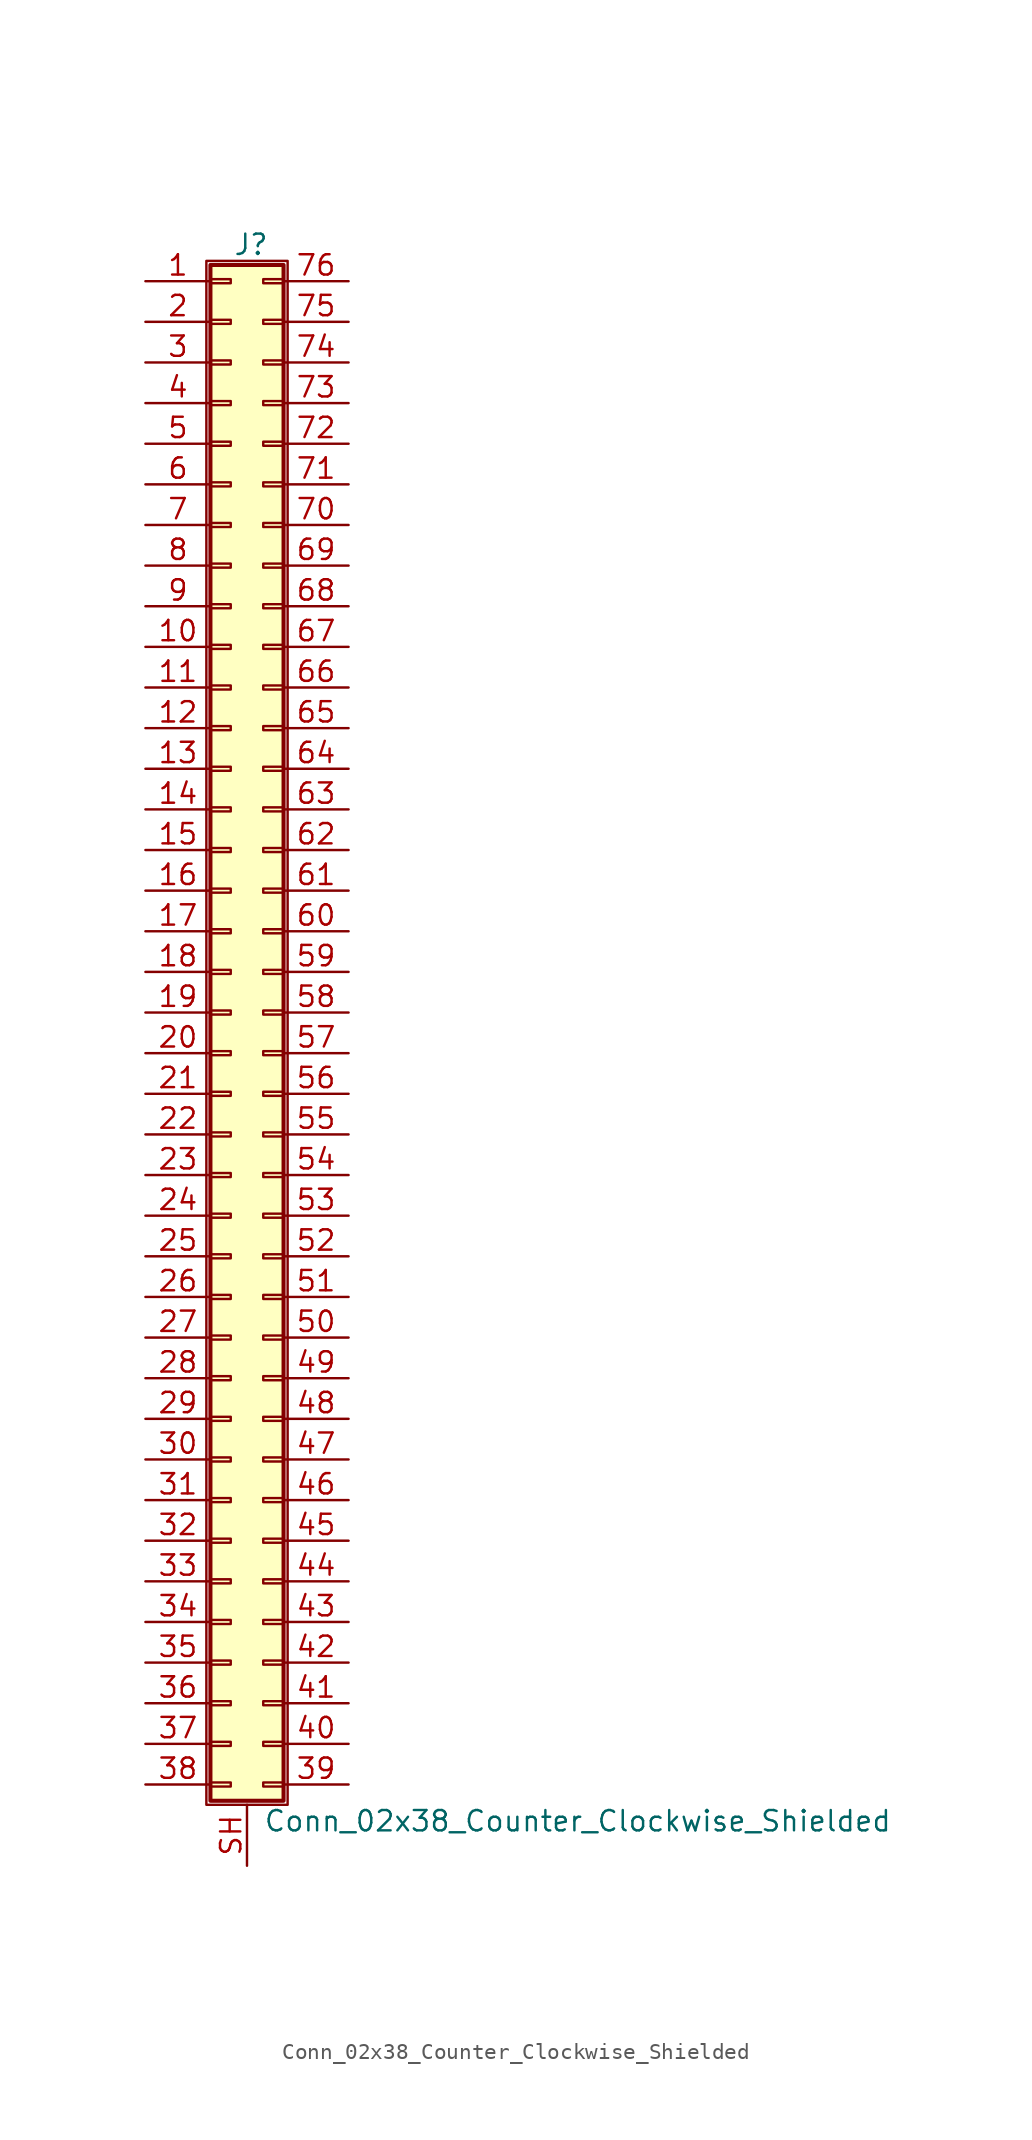
<source format=kicad_sym>
(kicad_symbol_lib
  (version 20201005)
  (generator kicad_symbol_editor)
  (symbol "Conn_02x38_Counter_Clockwise_Shielded"
    (pin_names
      (offset 1.016) hide)
    (property "Reference" "J"
      (at 1.524 48.006 0)
      (effects (font (size 1.27 1.27))))
    (property "Value" "Conn_02x38_Counter_Clockwise_Shielded"
      (at 2.286 -50.546 0)
      (effects (font (size 1.27 1.27)) (justify left)))
    (symbol "Conn_02x38_Counter_Clockwise_Shielded_1_1"
      (rectangle (start -1.27 46.99) (end 3.81 -49.53) (stroke (width 0.152)) (fill (type none)))
      (rectangle (start -1.016 -48.133) (end 0.254 -48.387) (stroke (width 0.152)) (fill (type none)))
      (rectangle (start -1.016 -45.593) (end 0.254 -45.847) (stroke (width 0.152)) (fill (type none)))
      (rectangle (start -1.016 -43.053) (end 0.254 -43.307) (stroke (width 0.152)) (fill (type none)))
      (rectangle (start -1.016 -40.513) (end 0.254 -40.767) (stroke (width 0.152)) (fill (type none)))
      (rectangle (start -1.016 -37.973) (end 0.254 -38.227) (stroke (width 0.152)) (fill (type none)))
      (rectangle (start -1.016 -35.433) (end 0.254 -35.687) (stroke (width 0.152)) (fill (type none)))
      (rectangle (start -1.016 -32.893) (end 0.254 -33.147) (stroke (width 0.152)) (fill (type none)))
      (rectangle (start -1.016 -30.353) (end 0.254 -30.607) (stroke (width 0.152)) (fill (type none)))
      (rectangle (start -1.016 -27.813) (end 0.254 -28.067) (stroke (width 0.152)) (fill (type none)))
      (rectangle (start -1.016 -25.273) (end 0.254 -25.527) (stroke (width 0.152)) (fill (type none)))
      (rectangle (start -1.016 -22.733) (end 0.254 -22.987) (stroke (width 0.152)) (fill (type none)))
      (rectangle (start -1.016 -20.193) (end 0.254 -20.447) (stroke (width 0.152)) (fill (type none)))
      (rectangle (start -1.016 -17.653) (end 0.254 -17.907) (stroke (width 0.152)) (fill (type none)))
      (rectangle (start -1.016 -15.113) (end 0.254 -15.367) (stroke (width 0.152)) (fill (type none)))
      (rectangle (start -1.016 -12.573) (end 0.254 -12.827) (stroke (width 0.152)) (fill (type none)))
      (rectangle (start -1.016 -10.033) (end 0.254 -10.287) (stroke (width 0.152)) (fill (type none)))
      (rectangle (start -1.016 -7.493) (end 0.254 -7.747) (stroke (width 0.152)) (fill (type none)))
      (rectangle (start -1.016 -4.953) (end 0.254 -5.207) (stroke (width 0.152)) (fill (type none)))
      (rectangle (start -1.016 -2.413) (end 0.254 -2.667) (stroke (width 0.152)) (fill (type none)))
      (rectangle (start -1.016 0.127) (end 0.254 -0.127) (stroke (width 0.152)) (fill (type none)))
      (rectangle (start -1.016 2.667) (end 0.254 2.413) (stroke (width 0.152)) (fill (type none)))
      (rectangle (start -1.016 5.207) (end 0.254 4.953) (stroke (width 0.152)) (fill (type none)))
      (rectangle (start -1.016 7.747) (end 0.254 7.493) (stroke (width 0.152)) (fill (type none)))
      (rectangle (start -1.016 10.287) (end 0.254 10.033) (stroke (width 0.152)) (fill (type none)))
      (rectangle (start -1.016 12.827) (end 0.254 12.573) (stroke (width 0.152)) (fill (type none)))
      (rectangle (start -1.016 15.367) (end 0.254 15.113) (stroke (width 0.152)) (fill (type none)))
      (rectangle (start -1.016 17.907) (end 0.254 17.653) (stroke (width 0.152)) (fill (type none)))
      (rectangle (start -1.016 20.447) (end 0.254 20.193) (stroke (width 0.152)) (fill (type none)))
      (rectangle (start -1.016 22.987) (end 0.254 22.733) (stroke (width 0.152)) (fill (type none)))
      (rectangle (start -1.016 25.527) (end 0.254 25.273) (stroke (width 0.152)) (fill (type none)))
      (rectangle (start -1.016 28.067) (end 0.254 27.813) (stroke (width 0.152)) (fill (type none)))
      (rectangle (start -1.016 30.607) (end 0.254 30.353) (stroke (width 0.152)) (fill (type none)))
      (rectangle (start -1.016 33.147) (end 0.254 32.893) (stroke (width 0.152)) (fill (type none)))
      (rectangle (start -1.016 35.687) (end 0.254 35.433) (stroke (width 0.152)) (fill (type none)))
      (rectangle (start -1.016 38.227) (end 0.254 37.973) (stroke (width 0.152)) (fill (type none)))
      (rectangle (start -1.016 40.767) (end 0.254 40.513) (stroke (width 0.152)) (fill (type none)))
      (rectangle (start -1.016 43.307) (end 0.254 43.053) (stroke (width 0.152)) (fill (type none)))
      (rectangle (start -1.016 45.847) (end 0.254 45.593) (stroke (width 0.152)) (fill (type none)))
      (rectangle (start -1.016 46.736) (end 3.556 -49.276) (stroke (width 0.254)) (fill (type background)))
      (rectangle (start 3.556 -48.133) (end 2.286 -48.387) (stroke (width 0.152)) (fill (type none)))
      (rectangle (start 3.556 -45.593) (end 2.286 -45.847) (stroke (width 0.152)) (fill (type none)))
      (rectangle (start 3.556 -43.053) (end 2.286 -43.307) (stroke (width 0.152)) (fill (type none)))
      (rectangle (start 3.556 -40.513) (end 2.286 -40.767) (stroke (width 0.152)) (fill (type none)))
      (rectangle (start 3.556 -37.973) (end 2.286 -38.227) (stroke (width 0.152)) (fill (type none)))
      (rectangle (start 3.556 -35.433) (end 2.286 -35.687) (stroke (width 0.152)) (fill (type none)))
      (rectangle (start 3.556 -32.893) (end 2.286 -33.147) (stroke (width 0.152)) (fill (type none)))
      (rectangle (start 3.556 -30.353) (end 2.286 -30.607) (stroke (width 0.152)) (fill (type none)))
      (rectangle (start 3.556 -27.813) (end 2.286 -28.067) (stroke (width 0.152)) (fill (type none)))
      (rectangle (start 3.556 -25.273) (end 2.286 -25.527) (stroke (width 0.152)) (fill (type none)))
      (rectangle (start 3.556 -22.733) (end 2.286 -22.987) (stroke (width 0.152)) (fill (type none)))
      (rectangle (start 3.556 -20.193) (end 2.286 -20.447) (stroke (width 0.152)) (fill (type none)))
      (rectangle (start 3.556 -17.653) (end 2.286 -17.907) (stroke (width 0.152)) (fill (type none)))
      (rectangle (start 3.556 -15.113) (end 2.286 -15.367) (stroke (width 0.152)) (fill (type none)))
      (rectangle (start 3.556 -12.573) (end 2.286 -12.827) (stroke (width 0.152)) (fill (type none)))
      (rectangle (start 3.556 -10.033) (end 2.286 -10.287) (stroke (width 0.152)) (fill (type none)))
      (rectangle (start 3.556 -7.493) (end 2.286 -7.747) (stroke (width 0.152)) (fill (type none)))
      (rectangle (start 3.556 -4.953) (end 2.286 -5.207) (stroke (width 0.152)) (fill (type none)))
      (rectangle (start 3.556 -2.413) (end 2.286 -2.667) (stroke (width 0.152)) (fill (type none)))
      (rectangle (start 3.556 0.127) (end 2.286 -0.127) (stroke (width 0.152)) (fill (type none)))
      (rectangle (start 3.556 2.667) (end 2.286 2.413) (stroke (width 0.152)) (fill (type none)))
      (rectangle (start 3.556 5.207) (end 2.286 4.953) (stroke (width 0.152)) (fill (type none)))
      (rectangle (start 3.556 7.747) (end 2.286 7.493) (stroke (width 0.152)) (fill (type none)))
      (rectangle (start 3.556 10.287) (end 2.286 10.033) (stroke (width 0.152)) (fill (type none)))
      (rectangle (start 3.556 12.827) (end 2.286 12.573) (stroke (width 0.152)) (fill (type none)))
      (rectangle (start 3.556 15.367) (end 2.286 15.113) (stroke (width 0.152)) (fill (type none)))
      (rectangle (start 3.556 17.907) (end 2.286 17.653) (stroke (width 0.152)) (fill (type none)))
      (rectangle (start 3.556 20.447) (end 2.286 20.193) (stroke (width 0.152)) (fill (type none)))
      (rectangle (start 3.556 22.987) (end 2.286 22.733) (stroke (width 0.152)) (fill (type none)))
      (rectangle (start 3.556 25.527) (end 2.286 25.273) (stroke (width 0.152)) (fill (type none)))
      (rectangle (start 3.556 28.067) (end 2.286 27.813) (stroke (width 0.152)) (fill (type none)))
      (rectangle (start 3.556 30.607) (end 2.286 30.353) (stroke (width 0.152)) (fill (type none)))
      (rectangle (start 3.556 33.147) (end 2.286 32.893) (stroke (width 0.152)) (fill (type none)))
      (rectangle (start 3.556 35.687) (end 2.286 35.433) (stroke (width 0.152)) (fill (type none)))
      (rectangle (start 3.556 38.227) (end 2.286 37.973) (stroke (width 0.152)) (fill (type none)))
      (rectangle (start 3.556 40.767) (end 2.286 40.513) (stroke (width 0.152)) (fill (type none)))
      (rectangle (start 3.556 43.307) (end 2.286 43.053) (stroke (width 0.152)) (fill (type none)))
      (rectangle (start 3.556 45.847) (end 2.286 45.593) (stroke (width 0.152)) (fill (type none)))
      (pin passive line (at -5.08 45.72 0) (length 4.064) (name "Pin_1" (effects (font (size 1.27 1.27)))) (number "1" (effects (font (size 1.27 1.27)))))
      (pin passive line (at -5.08 22.86 0) (length 4.064) (name "Pin_10" (effects (font (size 1.27 1.27)))) (number "10" (effects (font (size 1.27 1.27)))))
      (pin passive line (at -5.08 20.32 0) (length 4.064) (name "Pin_11" (effects (font (size 1.27 1.27)))) (number "11" (effects (font (size 1.27 1.27)))))
      (pin passive line (at -5.08 17.78 0) (length 4.064) (name "Pin_12" (effects (font (size 1.27 1.27)))) (number "12" (effects (font (size 1.27 1.27)))))
      (pin passive line (at -5.08 15.24 0) (length 4.064) (name "Pin_13" (effects (font (size 1.27 1.27)))) (number "13" (effects (font (size 1.27 1.27)))))
      (pin passive line (at -5.08 12.7 0) (length 4.064) (name "Pin_14" (effects (font (size 1.27 1.27)))) (number "14" (effects (font (size 1.27 1.27)))))
      (pin passive line (at -5.08 10.16 0) (length 4.064) (name "Pin_15" (effects (font (size 1.27 1.27)))) (number "15" (effects (font (size 1.27 1.27)))))
      (pin passive line (at -5.08 7.62 0) (length 4.064) (name "Pin_16" (effects (font (size 1.27 1.27)))) (number "16" (effects (font (size 1.27 1.27)))))
      (pin passive line (at -5.08 5.08 0) (length 4.064) (name "Pin_17" (effects (font (size 1.27 1.27)))) (number "17" (effects (font (size 1.27 1.27)))))
      (pin passive line (at -5.08 2.54 0) (length 4.064) (name "Pin_18" (effects (font (size 1.27 1.27)))) (number "18" (effects (font (size 1.27 1.27)))))
      (pin passive line (at -5.08 0 0) (length 4.064) (name "Pin_19" (effects (font (size 1.27 1.27)))) (number "19" (effects (font (size 1.27 1.27)))))
      (pin passive line (at -5.08 43.18 0) (length 4.064) (name "Pin_2" (effects (font (size 1.27 1.27)))) (number "2" (effects (font (size 1.27 1.27)))))
      (pin passive line (at -5.08 -2.54 0) (length 4.064) (name "Pin_20" (effects (font (size 1.27 1.27)))) (number "20" (effects (font (size 1.27 1.27)))))
      (pin passive line (at -5.08 -5.08 0) (length 4.064) (name "Pin_21" (effects (font (size 1.27 1.27)))) (number "21" (effects (font (size 1.27 1.27)))))
      (pin passive line (at -5.08 -7.62 0) (length 4.064) (name "Pin_22" (effects (font (size 1.27 1.27)))) (number "22" (effects (font (size 1.27 1.27)))))
      (pin passive line (at -5.08 -10.16 0) (length 4.064) (name "Pin_23" (effects (font (size 1.27 1.27)))) (number "23" (effects (font (size 1.27 1.27)))))
      (pin passive line (at -5.08 -12.7 0) (length 4.064) (name "Pin_24" (effects (font (size 1.27 1.27)))) (number "24" (effects (font (size 1.27 1.27)))))
      (pin passive line (at -5.08 -15.24 0) (length 4.064) (name "Pin_25" (effects (font (size 1.27 1.27)))) (number "25" (effects (font (size 1.27 1.27)))))
      (pin passive line (at -5.08 -17.78 0) (length 4.064) (name "Pin_26" (effects (font (size 1.27 1.27)))) (number "26" (effects (font (size 1.27 1.27)))))
      (pin passive line (at -5.08 -20.32 0) (length 4.064) (name "Pin_27" (effects (font (size 1.27 1.27)))) (number "27" (effects (font (size 1.27 1.27)))))
      (pin passive line (at -5.08 -22.86 0) (length 4.064) (name "Pin_28" (effects (font (size 1.27 1.27)))) (number "28" (effects (font (size 1.27 1.27)))))
      (pin passive line (at -5.08 -25.4 0) (length 4.064) (name "Pin_29" (effects (font (size 1.27 1.27)))) (number "29" (effects (font (size 1.27 1.27)))))
      (pin passive line (at -5.08 40.64 0) (length 4.064) (name "Pin_3" (effects (font (size 1.27 1.27)))) (number "3" (effects (font (size 1.27 1.27)))))
      (pin passive line (at -5.08 -27.94 0) (length 4.064) (name "Pin_30" (effects (font (size 1.27 1.27)))) (number "30" (effects (font (size 1.27 1.27)))))
      (pin passive line (at -5.08 -30.48 0) (length 4.064) (name "Pin_31" (effects (font (size 1.27 1.27)))) (number "31" (effects (font (size 1.27 1.27)))))
      (pin passive line (at -5.08 -33.02 0) (length 4.064) (name "Pin_32" (effects (font (size 1.27 1.27)))) (number "32" (effects (font (size 1.27 1.27)))))
      (pin passive line (at -5.08 -35.56 0) (length 4.064) (name "Pin_33" (effects (font (size 1.27 1.27)))) (number "33" (effects (font (size 1.27 1.27)))))
      (pin passive line (at -5.08 -38.1 0) (length 4.064) (name "Pin_34" (effects (font (size 1.27 1.27)))) (number "34" (effects (font (size 1.27 1.27)))))
      (pin passive line (at -5.08 -40.64 0) (length 4.064) (name "Pin_35" (effects (font (size 1.27 1.27)))) (number "35" (effects (font (size 1.27 1.27)))))
      (pin passive line (at -5.08 -43.18 0) (length 4.064) (name "Pin_36" (effects (font (size 1.27 1.27)))) (number "36" (effects (font (size 1.27 1.27)))))
      (pin passive line (at -5.08 -45.72 0) (length 4.064) (name "Pin_37" (effects (font (size 1.27 1.27)))) (number "37" (effects (font (size 1.27 1.27)))))
      (pin passive line (at -5.08 -48.26 0) (length 4.064) (name "Pin_38" (effects (font (size 1.27 1.27)))) (number "38" (effects (font (size 1.27 1.27)))))
      (pin passive line (at 7.62 -48.26 180) (length 4.064) (name "Pin_39" (effects (font (size 1.27 1.27)))) (number "39" (effects (font (size 1.27 1.27)))))
      (pin passive line (at -5.08 38.1 0) (length 4.064) (name "Pin_4" (effects (font (size 1.27 1.27)))) (number "4" (effects (font (size 1.27 1.27)))))
      (pin passive line (at 7.62 -45.72 180) (length 4.064) (name "Pin_40" (effects (font (size 1.27 1.27)))) (number "40" (effects (font (size 1.27 1.27)))))
      (pin passive line (at 7.62 -43.18 180) (length 4.064) (name "Pin_41" (effects (font (size 1.27 1.27)))) (number "41" (effects (font (size 1.27 1.27)))))
      (pin passive line (at 7.62 -40.64 180) (length 4.064) (name "Pin_42" (effects (font (size 1.27 1.27)))) (number "42" (effects (font (size 1.27 1.27)))))
      (pin passive line (at 7.62 -38.1 180) (length 4.064) (name "Pin_43" (effects (font (size 1.27 1.27)))) (number "43" (effects (font (size 1.27 1.27)))))
      (pin passive line (at 7.62 -35.56 180) (length 4.064) (name "Pin_44" (effects (font (size 1.27 1.27)))) (number "44" (effects (font (size 1.27 1.27)))))
      (pin passive line (at 7.62 -33.02 180) (length 4.064) (name "Pin_45" (effects (font (size 1.27 1.27)))) (number "45" (effects (font (size 1.27 1.27)))))
      (pin passive line (at 7.62 -30.48 180) (length 4.064) (name "Pin_46" (effects (font (size 1.27 1.27)))) (number "46" (effects (font (size 1.27 1.27)))))
      (pin passive line (at 7.62 -27.94 180) (length 4.064) (name "Pin_47" (effects (font (size 1.27 1.27)))) (number "47" (effects (font (size 1.27 1.27)))))
      (pin passive line (at 7.62 -25.4 180) (length 4.064) (name "Pin_48" (effects (font (size 1.27 1.27)))) (number "48" (effects (font (size 1.27 1.27)))))
      (pin passive line (at 7.62 -22.86 180) (length 4.064) (name "Pin_49" (effects (font (size 1.27 1.27)))) (number "49" (effects (font (size 1.27 1.27)))))
      (pin passive line (at -5.08 35.56 0) (length 4.064) (name "Pin_5" (effects (font (size 1.27 1.27)))) (number "5" (effects (font (size 1.27 1.27)))))
      (pin passive line (at 7.62 -20.32 180) (length 4.064) (name "Pin_50" (effects (font (size 1.27 1.27)))) (number "50" (effects (font (size 1.27 1.27)))))
      (pin passive line (at 7.62 -17.78 180) (length 4.064) (name "Pin_51" (effects (font (size 1.27 1.27)))) (number "51" (effects (font (size 1.27 1.27)))))
      (pin passive line (at 7.62 -15.24 180) (length 4.064) (name "Pin_52" (effects (font (size 1.27 1.27)))) (number "52" (effects (font (size 1.27 1.27)))))
      (pin passive line (at 7.62 -12.7 180) (length 4.064) (name "Pin_53" (effects (font (size 1.27 1.27)))) (number "53" (effects (font (size 1.27 1.27)))))
      (pin passive line (at 7.62 -10.16 180) (length 4.064) (name "Pin_54" (effects (font (size 1.27 1.27)))) (number "54" (effects (font (size 1.27 1.27)))))
      (pin passive line (at 7.62 -7.62 180) (length 4.064) (name "Pin_55" (effects (font (size 1.27 1.27)))) (number "55" (effects (font (size 1.27 1.27)))))
      (pin passive line (at 7.62 -5.08 180) (length 4.064) (name "Pin_56" (effects (font (size 1.27 1.27)))) (number "56" (effects (font (size 1.27 1.27)))))
      (pin passive line (at 7.62 -2.54 180) (length 4.064) (name "Pin_57" (effects (font (size 1.27 1.27)))) (number "57" (effects (font (size 1.27 1.27)))))
      (pin passive line (at 7.62 0 180) (length 4.064) (name "Pin_58" (effects (font (size 1.27 1.27)))) (number "58" (effects (font (size 1.27 1.27)))))
      (pin passive line (at 7.62 2.54 180) (length 4.064) (name "Pin_59" (effects (font (size 1.27 1.27)))) (number "59" (effects (font (size 1.27 1.27)))))
      (pin passive line (at -5.08 33.02 0) (length 4.064) (name "Pin_6" (effects (font (size 1.27 1.27)))) (number "6" (effects (font (size 1.27 1.27)))))
      (pin passive line (at 7.62 5.08 180) (length 4.064) (name "Pin_60" (effects (font (size 1.27 1.27)))) (number "60" (effects (font (size 1.27 1.27)))))
      (pin passive line (at 7.62 7.62 180) (length 4.064) (name "Pin_61" (effects (font (size 1.27 1.27)))) (number "61" (effects (font (size 1.27 1.27)))))
      (pin passive line (at 7.62 10.16 180) (length 4.064) (name "Pin_62" (effects (font (size 1.27 1.27)))) (number "62" (effects (font (size 1.27 1.27)))))
      (pin passive line (at 7.62 12.7 180) (length 4.064) (name "Pin_63" (effects (font (size 1.27 1.27)))) (number "63" (effects (font (size 1.27 1.27)))))
      (pin passive line (at 7.62 15.24 180) (length 4.064) (name "Pin_64" (effects (font (size 1.27 1.27)))) (number "64" (effects (font (size 1.27 1.27)))))
      (pin passive line (at 7.62 17.78 180) (length 4.064) (name "Pin_65" (effects (font (size 1.27 1.27)))) (number "65" (effects (font (size 1.27 1.27)))))
      (pin passive line (at 7.62 20.32 180) (length 4.064) (name "Pin_66" (effects (font (size 1.27 1.27)))) (number "66" (effects (font (size 1.27 1.27)))))
      (pin passive line (at 7.62 22.86 180) (length 4.064) (name "Pin_67" (effects (font (size 1.27 1.27)))) (number "67" (effects (font (size 1.27 1.27)))))
      (pin passive line (at 7.62 25.4 180) (length 4.064) (name "Pin_68" (effects (font (size 1.27 1.27)))) (number "68" (effects (font (size 1.27 1.27)))))
      (pin passive line (at 7.62 27.94 180) (length 4.064) (name "Pin_69" (effects (font (size 1.27 1.27)))) (number "69" (effects (font (size 1.27 1.27)))))
      (pin passive line (at -5.08 30.48 0) (length 4.064) (name "Pin_7" (effects (font (size 1.27 1.27)))) (number "7" (effects (font (size 1.27 1.27)))))
      (pin passive line (at 7.62 30.48 180) (length 4.064) (name "Pin_70" (effects (font (size 1.27 1.27)))) (number "70" (effects (font (size 1.27 1.27)))))
      (pin passive line (at 7.62 33.02 180) (length 4.064) (name "Pin_71" (effects (font (size 1.27 1.27)))) (number "71" (effects (font (size 1.27 1.27)))))
      (pin passive line (at 7.62 35.56 180) (length 4.064) (name "Pin_72" (effects (font (size 1.27 1.27)))) (number "72" (effects (font (size 1.27 1.27)))))
      (pin passive line (at 7.62 38.1 180) (length 4.064) (name "Pin_73" (effects (font (size 1.27 1.27)))) (number "73" (effects (font (size 1.27 1.27)))))
      (pin passive line (at 7.62 40.64 180) (length 4.064) (name "Pin_74" (effects (font (size 1.27 1.27)))) (number "74" (effects (font (size 1.27 1.27)))))
      (pin passive line (at 7.62 43.18 180) (length 4.064) (name "Pin_75" (effects (font (size 1.27 1.27)))) (number "75" (effects (font (size 1.27 1.27)))))
      (pin passive line (at 7.62 45.72 180) (length 4.064) (name "Pin_76" (effects (font (size 1.27 1.27)))) (number "76" (effects (font (size 1.27 1.27)))))
      (pin passive line (at -5.08 27.94 0) (length 4.064) (name "Pin_8" (effects (font (size 1.27 1.27)))) (number "8" (effects (font (size 1.27 1.27)))))
      (pin passive line (at -5.08 25.4 0) (length 4.064) (name "Pin_9" (effects (font (size 1.27 1.27)))) (number "9" (effects (font (size 1.27 1.27)))))
      (pin passive line (at 1.27 -53.34 90) (length 3.81) (name "Shield" (effects (font (size 1.27 1.27)))) (number "SH" (effects (font (size 1.27 1.27))))))))
</source>
